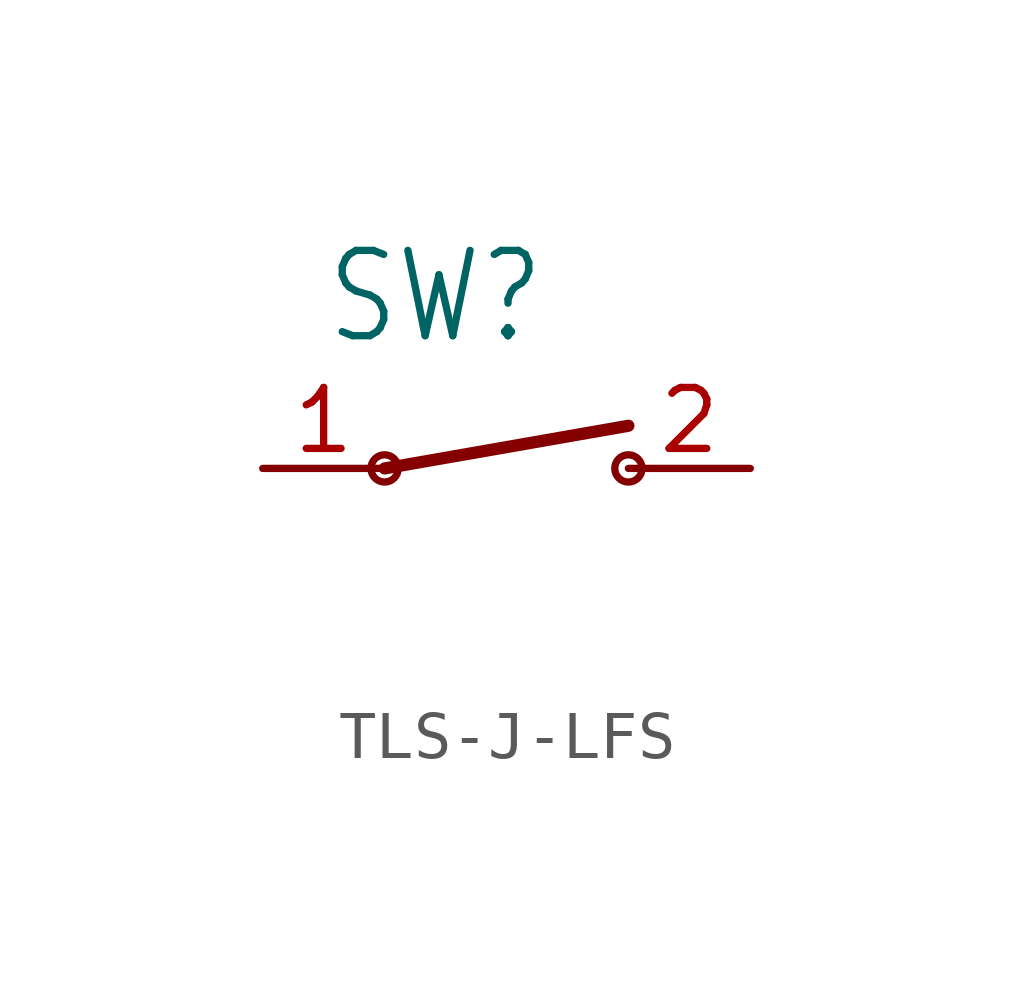
<source format=kicad_sym>
(kicad_symbol_lib
  (version 20231120)
  (generator "kicad_symbol_editor")
  (generator_version "8.0")
  (symbol "TLS-J-LFS"
    (property "Reference" "SW"
      (at -3.81 2.54 0)
      (effects (font (size 1.778 1.511)) (justify left bottom)))
    (property "Value" ""
      (at -3.81 -3.81 0)
      (effects (font (size 1.778 1.511)) (justify left bottom)))
    (property "ki_locked" ""
      (at 0 0 0)
      (effects (font (size 1.27 1.27))))
    (symbol "TLS-J-LFS_1_0"
      (circle (center -2.54 0) (radius 0.284) (stroke (width 0) (type solid)) (fill (type none)))
      (polyline (pts (xy -2.54 0) (xy 2.54 0.889)) (stroke (width 0.254) (type solid)) (fill (type none)))
      (circle (center 2.54 0) (radius 0.284) (stroke (width 0) (type solid)) (fill (type none)))
      (pin passive line (at -5.08 0 0) (length 2.54) (name "1" (effects (font (size 0 0)))) (number "1" (effects (font (size 1.27 1.27)))))
      (pin passive line (at 5.08 0 180) (length 2.54) (name "2" (effects (font (size 0 0)))) (number "2" (effects (font (size 1.27 1.27))))))))
</source>
